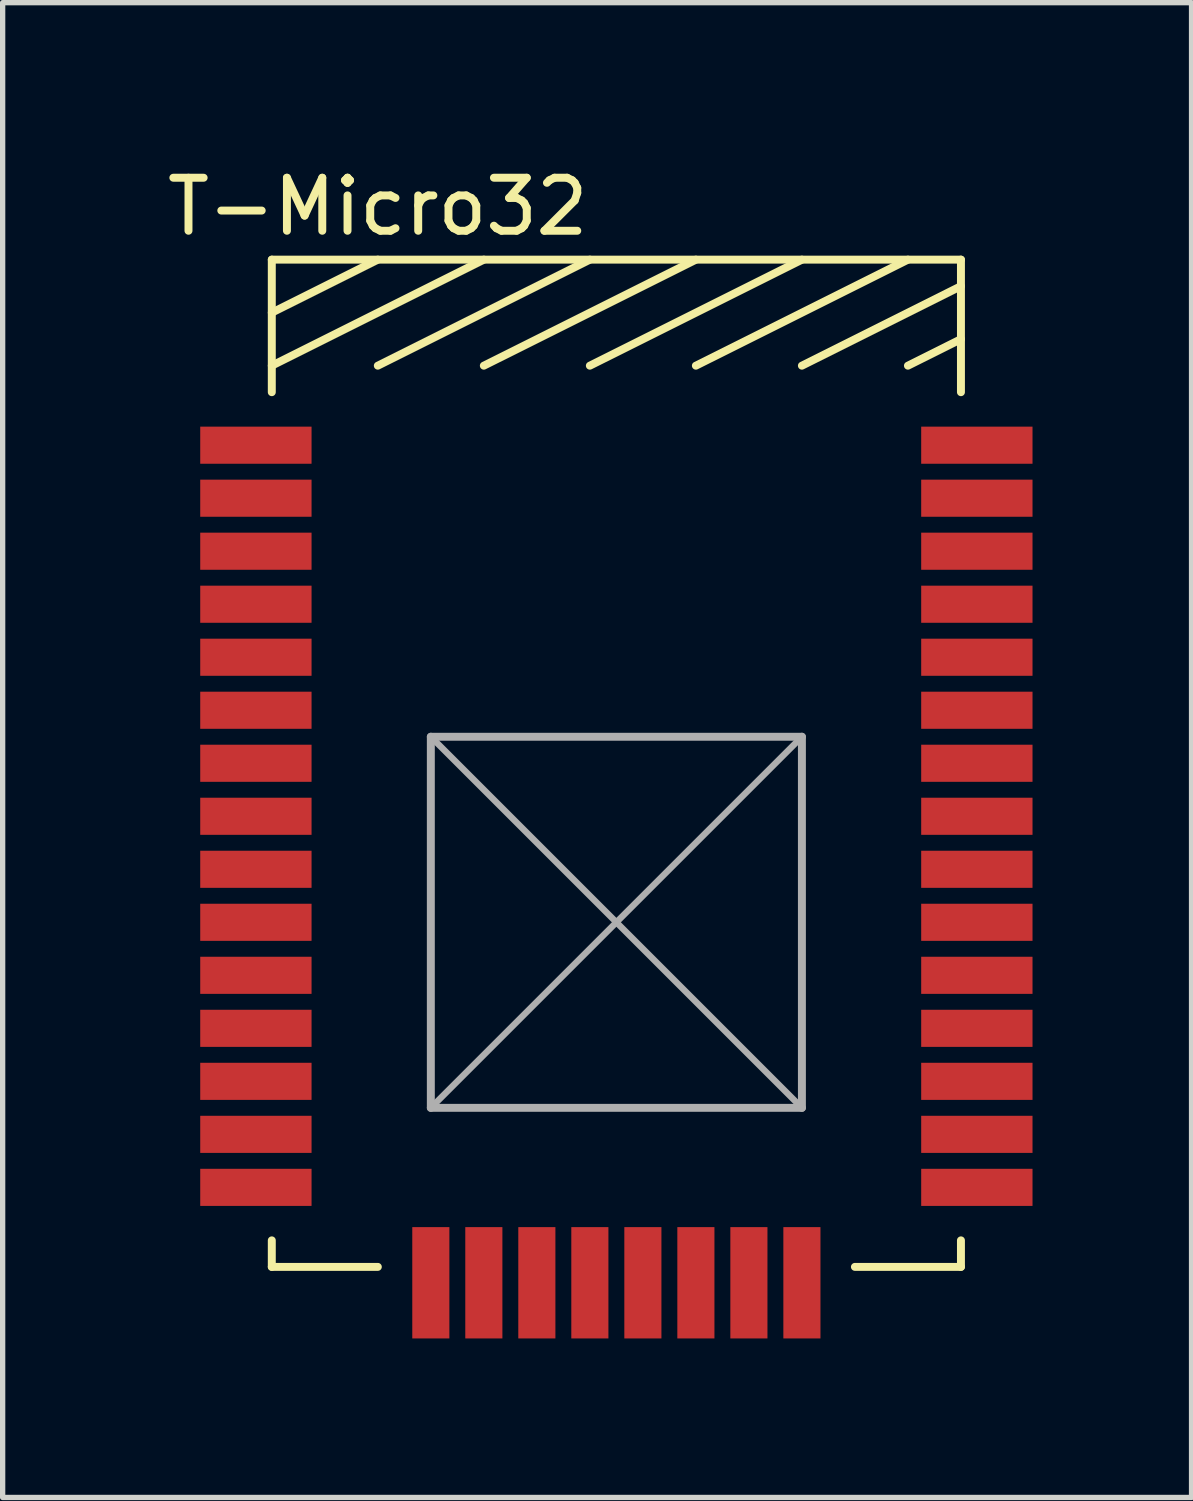
<source format=kicad_pcb>
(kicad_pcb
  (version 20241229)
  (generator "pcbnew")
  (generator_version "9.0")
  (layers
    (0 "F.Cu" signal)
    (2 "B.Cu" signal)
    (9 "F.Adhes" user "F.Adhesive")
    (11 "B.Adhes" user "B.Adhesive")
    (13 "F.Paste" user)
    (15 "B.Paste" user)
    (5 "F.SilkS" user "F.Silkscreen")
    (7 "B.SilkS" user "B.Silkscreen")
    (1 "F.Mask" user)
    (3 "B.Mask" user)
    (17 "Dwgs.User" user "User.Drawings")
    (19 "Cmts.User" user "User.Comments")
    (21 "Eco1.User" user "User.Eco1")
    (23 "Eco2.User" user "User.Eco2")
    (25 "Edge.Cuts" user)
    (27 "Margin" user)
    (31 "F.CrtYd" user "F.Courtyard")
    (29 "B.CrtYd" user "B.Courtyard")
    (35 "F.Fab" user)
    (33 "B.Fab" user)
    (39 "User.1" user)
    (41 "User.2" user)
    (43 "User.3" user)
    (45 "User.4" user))
  (footprint "T-Micro32"
    (layer "F.Cu")
    (at 2.077 5.348)
    (property "Reference" "T-Micro32" (at 2 -4.5 0) (layer "F.SilkS") (effects (font (size 1 1) (thickness 0.15))))
    (attr smd)
    (fp_line (start 0 -3.5) (end 13 -3.5) (stroke (width 0.15) (type solid)) (layer "F.SilkS"))
    (fp_line (start 0 -2.5) (end 2 -3.5) (stroke (width 0.15) (type solid)) (layer "F.SilkS"))
    (fp_line (start 0 -1.5) (end 4 -3.5) (stroke (width 0.15) (type solid)) (layer "F.SilkS"))
    (fp_line (start 0 -1) (end 0 -3.5) (stroke (width 0.15) (type solid)) (layer "F.SilkS"))
    (fp_line (start 0 15) (end 0 15.5) (stroke (width 0.15) (type solid)) (layer "F.SilkS"))
    (fp_line (start 0 15.5) (end 2 15.5) (stroke (width 0.15) (type solid)) (layer "F.SilkS"))
    (fp_line (start 2 -1.5) (end 6 -3.5) (stroke (width 0.15) (type solid)) (layer "F.SilkS"))
    (fp_line (start 6 -1.5) (end 10 -3.5) (stroke (width 0.15) (type solid)) (layer "F.SilkS"))
    (fp_line (start 8 -3.5) (end 4 -1.5) (stroke (width 0.15) (type solid)) (layer "F.SilkS"))
    (fp_line (start 8 -1.5) (end 12 -3.5) (stroke (width 0.15) (type solid)) (layer "F.SilkS"))
    (fp_line (start 10 -1.5) (end 13 -3) (stroke (width 0.15) (type solid)) (layer "F.SilkS"))
    (fp_line (start 11 15.5) (end 13 15.5) (stroke (width 0.15) (type solid)) (layer "F.SilkS"))
    (fp_line (start 12 -1.5) (end 13 -2) (stroke (width 0.15) (type solid)) (layer "F.SilkS"))
    (fp_line (start 13 -3.5) (end 13 -1) (stroke (width 0.15) (type solid)) (layer "F.SilkS"))
    (fp_line (start 13 15.5) (end 13 15) (stroke (width 0.15) (type solid)) (layer "F.SilkS"))
    (fp_line (start 3 5.5) (end 3 12.5) (stroke (width 0.15) (type solid)) (layer "F.Fab"))
    (fp_line (start 3 5.5) (end 10 12.5) (stroke (width 0.12) (type solid)) (layer "F.Fab"))
    (fp_line (start 3 12.5) (end 10 5.5) (stroke (width 0.12) (type solid)) (layer "F.Fab"))
    (fp_line (start 3 12.5) (end 10 12.5) (stroke (width 0.15) (type solid)) (layer "F.Fab"))
    (fp_line (start 10 5.5) (end 3 5.5) (stroke (width 0.15) (type solid)) (layer "F.Fab"))
    (fp_line (start 10 12.5) (end 10 5.5) (stroke (width 0.15) (type solid)) (layer "F.Fab"))
    (pad "1" smd rect (at 0 0) (size 2.1 0.7) (drill (offset -0.3 0)) (layers "F.Cu" "F.Mask" "F.Paste"))
    (pad "2" smd rect (at 0 1) (size 2.1 0.7) (drill (offset -0.3 0)) (layers "F.Cu" "F.Mask" "F.Paste"))
    (pad "3" smd rect (at 0 2) (size 2.1 0.7) (drill (offset -0.3 0)) (layers "F.Cu" "F.Mask" "F.Paste"))
    (pad "4" smd rect (at 0 3) (size 2.1 0.7) (drill (offset -0.3 0)) (layers "F.Cu" "F.Mask" "F.Paste"))
    (pad "5" smd rect (at 0 4) (size 2.1 0.7) (drill (offset -0.3 0)) (layers "F.Cu" "F.Mask" "F.Paste"))
    (pad "6" smd rect (at 0 5) (size 2.1 0.7) (drill (offset -0.3 0)) (layers "F.Cu" "F.Mask" "F.Paste"))
    (pad "7" smd rect (at 0 6) (size 2.1 0.7) (drill (offset -0.3 0)) (layers "F.Cu" "F.Mask" "F.Paste"))
    (pad "8" smd rect (at 0 7) (size 2.1 0.7) (drill (offset -0.3 0)) (layers "F.Cu" "F.Mask" "F.Paste"))
    (pad "9" smd rect (at 0 8) (size 2.1 0.7) (drill (offset -0.3 0)) (layers "F.Cu" "F.Mask" "F.Paste"))
    (pad "10" smd rect (at 0 9) (size 2.1 0.7) (drill (offset -0.3 0)) (layers "F.Cu" "F.Mask" "F.Paste"))
    (pad "11" smd rect (at 0 10) (size 2.1 0.7) (drill (offset -0.3 0)) (layers "F.Cu" "F.Mask" "F.Paste"))
    (pad "12" smd rect (at 0 11) (size 2.1 0.7) (drill (offset -0.3 0)) (layers "F.Cu" "F.Mask" "F.Paste"))
    (pad "13" smd rect (at 0 12) (size 2.1 0.7) (drill (offset -0.3 0)) (layers "F.Cu" "F.Mask" "F.Paste"))
    (pad "14" smd rect (at 0 13) (size 2.1 0.7) (drill (offset -0.3 0)) (layers "F.Cu" "F.Mask" "F.Paste"))
    (pad "15" smd rect (at 0 14) (size 2.1 0.7) (drill (offset -0.3 0)) (layers "F.Cu" "F.Mask" "F.Paste"))
    (pad "16" smd rect (at 3 15.5) (size 0.7 2.1) (drill (offset 0 0.3)) (layers "F.Cu" "F.Mask" "F.Paste"))
    (pad "17" smd rect (at 4 15.5) (size 0.7 2.1) (drill (offset 0 0.3)) (layers "F.Cu" "F.Mask" "F.Paste"))
    (pad "18" smd rect (at 5 15.5) (size 0.7 2.1) (drill (offset 0 0.3)) (layers "F.Cu" "F.Mask" "F.Paste"))
    (pad "19" smd rect (at 6 15.5) (size 0.7 2.1) (drill (offset 0 0.3)) (layers "F.Cu" "F.Mask" "F.Paste"))
    (pad "20" smd rect (at 7 15.5) (size 0.7 2.1) (drill (offset 0 0.3)) (layers "F.Cu" "F.Mask" "F.Paste"))
    (pad "21" smd rect (at 8 15.5) (size 0.7 2.1) (drill (offset 0 0.3)) (layers "F.Cu" "F.Mask" "F.Paste"))
    (pad "22" smd rect (at 9 15.5) (size 0.7 2.1) (drill (offset 0 0.3)) (layers "F.Cu" "F.Mask" "F.Paste"))
    (pad "23" smd rect (at 10 15.5) (size 0.7 2.1) (drill (offset 0 0.3)) (layers "F.Cu" "F.Mask" "F.Paste"))
    (pad "24" smd rect (at 13 14) (size 2.1 0.7) (drill (offset 0.3 0)) (layers "F.Cu" "F.Mask" "F.Paste"))
    (pad "25" smd rect (at 13 13) (size 2.1 0.7) (drill (offset 0.3 0)) (layers "F.Cu" "F.Mask" "F.Paste"))
    (pad "26" smd rect (at 13 12) (size 2.1 0.7) (drill (offset 0.3 0)) (layers "F.Cu" "F.Mask" "F.Paste"))
    (pad "27" smd rect (at 13 11) (size 2.1 0.7) (drill (offset 0.3 0)) (layers "F.Cu" "F.Mask" "F.Paste"))
    (pad "28" smd rect (at 13 10) (size 2.1 0.7) (drill (offset 0.3 0)) (layers "F.Cu" "F.Mask" "F.Paste"))
    (pad "29" smd rect (at 13 9) (size 2.1 0.7) (drill (offset 0.3 0)) (layers "F.Cu" "F.Mask" "F.Paste"))
    (pad "30" smd rect (at 13 8) (size 2.1 0.7) (drill (offset 0.3 0)) (layers "F.Cu" "F.Mask" "F.Paste"))
    (pad "31" smd rect (at 13 7) (size 2.1 0.7) (drill (offset 0.3 0)) (layers "F.Cu" "F.Mask" "F.Paste"))
    (pad "32" smd rect (at 13 6) (size 2.1 0.7) (drill (offset 0.3 0)) (layers "F.Cu" "F.Mask" "F.Paste"))
    (pad "33" smd rect (at 13 5) (size 2.1 0.7) (drill (offset 0.3 0)) (layers "F.Cu" "F.Mask" "F.Paste"))
    (pad "34" smd rect (at 13 4) (size 2.1 0.7) (drill (offset 0.3 0)) (layers "F.Cu" "F.Mask" "F.Paste"))
    (pad "35" smd rect (at 13 3) (size 2.1 0.7) (drill (offset 0.3 0)) (layers "F.Cu" "F.Mask" "F.Paste"))
    (pad "36" smd rect (at 13 2) (size 2.1 0.7) (drill (offset 0.3 0)) (layers "F.Cu" "F.Mask" "F.Paste"))
    (pad "37" smd rect (at 13 1) (size 2.1 0.7) (drill (offset 0.3 0)) (layers "F.Cu" "F.Mask" "F.Paste"))
    (pad "38" smd rect (at 13 0) (size 2.1 0.7) (drill (offset 0.3 0)) (layers "F.Cu" "F.Mask" "F.Paste")))
  (gr_rect
    (start -3 -3)
    (end 19.427 25.198)
    (stroke (width 0.1) (type default))
    (fill no)
    (layer "Edge.Cuts")))
</source>
